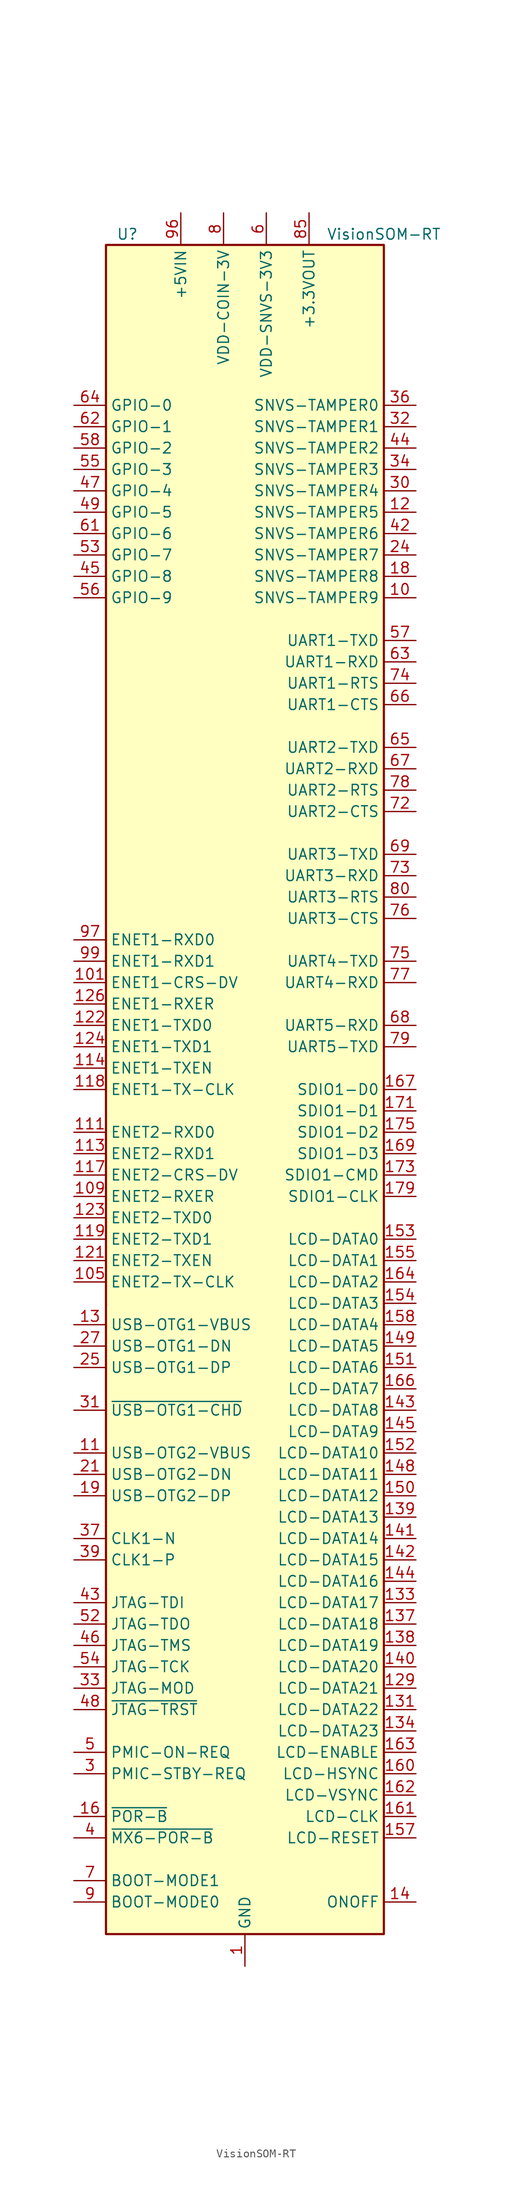
<source format=kicad_sym>
(kicad_symbol_lib
  (version 20211014)
  (generator kicad_symbol_editor)
  (symbol "VisionSOM-RT"
    (property "Reference" "U"
      (at -13.97 101.6 0)
      (effects (font (size 1.27 1.27))))
    (property "Value" "VisionSOM-RT"
      (at 16.51 101.6 0)
      (effects (font (size 1.27 1.27))))
    (symbol "VisionSOM-RT_0_1"
      (rectangle (start -16.51 100.33) (end 16.51 -100.33) (stroke (width 0.254) (type default) (color 0 0 0 0)) (fill (type background))))
    (symbol "VisionSOM-RT_1_1"
      (pin power_in line (at 0 -104.14 90) (length 3.81) (name "GND" (effects (font (size 1.27 1.27)))) (number "1" (effects (font (size 1.27 1.27)))))
      (pin bidirectional line (at 20.32 58.42 180) (length 3.81) (name "SNVS-TAMPER9" (effects (font (size 1.27 1.27)))) (number "10" (effects (font (size 1.27 1.27)))))
      (pin passive line (at -7.62 104.14 270) (length 3.81) hide (name "+5VIN" (effects (font (size 1.27 1.27)))) (number "100" (effects (font (size 1.27 1.27)))))
      (pin bidirectional line (at -20.32 12.7 0) (length 3.81) (name "ENET1-CRS-DV" (effects (font (size 1.27 1.27)))) (number "101" (effects (font (size 1.27 1.27)))))
      (pin passive line (at -7.62 104.14 270) (length 3.81) hide (name "+5VIN" (effects (font (size 1.27 1.27)))) (number "102" (effects (font (size 1.27 1.27)))))
      (pin passive line (at 0 -104.14 90) (length 3.81) hide (name "GND" (effects (font (size 1.27 1.27)))) (number "103" (effects (font (size 1.27 1.27)))))
      (pin passive line (at -7.62 104.14 270) (length 3.81) hide (name "+5VIN" (effects (font (size 1.27 1.27)))) (number "104" (effects (font (size 1.27 1.27)))))
      (pin bidirectional line (at -20.32 -22.86 0) (length 3.81) (name "ENET2-TX-CLK" (effects (font (size 1.27 1.27)))) (number "105" (effects (font (size 1.27 1.27)))))
      (pin passive line (at -7.62 104.14 270) (length 3.81) hide (name "+5VIN" (effects (font (size 1.27 1.27)))) (number "106" (effects (font (size 1.27 1.27)))))
      (pin passive line (at 0 -104.14 90) (length 3.81) hide (name "GND" (effects (font (size 1.27 1.27)))) (number "107" (effects (font (size 1.27 1.27)))))
      (pin passive line (at -7.62 104.14 270) (length 3.81) hide (name "+5VIN" (effects (font (size 1.27 1.27)))) (number "108" (effects (font (size 1.27 1.27)))))
      (pin bidirectional line (at -20.32 -12.7 0) (length 3.81) (name "ENET2-RXER" (effects (font (size 1.27 1.27)))) (number "109" (effects (font (size 1.27 1.27)))))
      (pin input line (at -20.32 -43.18 0) (length 3.81) (name "USB-OTG2-VBUS" (effects (font (size 1.27 1.27)))) (number "11" (effects (font (size 1.27 1.27)))))
      (pin passive line (at -7.62 104.14 270) (length 3.81) hide (name "+5VIN" (effects (font (size 1.27 1.27)))) (number "110" (effects (font (size 1.27 1.27)))))
      (pin bidirectional line (at -20.32 -5.08 0) (length 3.81) (name "ENET2-RXD0" (effects (font (size 1.27 1.27)))) (number "111" (effects (font (size 1.27 1.27)))))
      (pin passive line (at -7.62 104.14 270) (length 3.81) hide (name "+5VIN" (effects (font (size 1.27 1.27)))) (number "112" (effects (font (size 1.27 1.27)))))
      (pin bidirectional line (at -20.32 -7.62 0) (length 3.81) (name "ENET2-RXD1" (effects (font (size 1.27 1.27)))) (number "113" (effects (font (size 1.27 1.27)))))
      (pin bidirectional line (at -20.32 2.54 0) (length 3.81) (name "ENET1-TXEN" (effects (font (size 1.27 1.27)))) (number "114" (effects (font (size 1.27 1.27)))))
      (pin passive line (at 0 -104.14 90) (length 3.81) hide (name "GND" (effects (font (size 1.27 1.27)))) (number "115" (effects (font (size 1.27 1.27)))))
      (pin passive line (at 0 -104.14 90) (length 3.81) hide (name "GND" (effects (font (size 1.27 1.27)))) (number "116" (effects (font (size 1.27 1.27)))))
      (pin bidirectional line (at -20.32 -10.16 0) (length 3.81) (name "ENET2-CRS-DV" (effects (font (size 1.27 1.27)))) (number "117" (effects (font (size 1.27 1.27)))))
      (pin bidirectional line (at -20.32 0 0) (length 3.81) (name "ENET1-TX-CLK" (effects (font (size 1.27 1.27)))) (number "118" (effects (font (size 1.27 1.27)))))
      (pin bidirectional line (at -20.32 -17.78 0) (length 3.81) (name "ENET2-TXD1" (effects (font (size 1.27 1.27)))) (number "119" (effects (font (size 1.27 1.27)))))
      (pin bidirectional line (at 20.32 68.58 180) (length 3.81) (name "SNVS-TAMPER5" (effects (font (size 1.27 1.27)))) (number "12" (effects (font (size 1.27 1.27)))))
      (pin passive line (at 0 -104.14 90) (length 3.81) hide (name "GND" (effects (font (size 1.27 1.27)))) (number "120" (effects (font (size 1.27 1.27)))))
      (pin bidirectional line (at -20.32 -20.32 0) (length 3.81) (name "ENET2-TXEN" (effects (font (size 1.27 1.27)))) (number "121" (effects (font (size 1.27 1.27)))))
      (pin bidirectional line (at -20.32 7.62 0) (length 3.81) (name "ENET1-TXD0" (effects (font (size 1.27 1.27)))) (number "122" (effects (font (size 1.27 1.27)))))
      (pin bidirectional line (at -20.32 -15.24 0) (length 3.81) (name "ENET2-TXD0" (effects (font (size 1.27 1.27)))) (number "123" (effects (font (size 1.27 1.27)))))
      (pin bidirectional line (at -20.32 5.08 0) (length 3.81) (name "ENET1-TXD1" (effects (font (size 1.27 1.27)))) (number "124" (effects (font (size 1.27 1.27)))))
      (pin passive line (at 0 -104.14 90) (length 3.81) hide (name "GND" (effects (font (size 1.27 1.27)))) (number "125" (effects (font (size 1.27 1.27)))))
      (pin bidirectional line (at -20.32 10.16 0) (length 3.81) (name "ENET1-RXER" (effects (font (size 1.27 1.27)))) (number "126" (effects (font (size 1.27 1.27)))))
      (pin passive line (at 0 -104.14 90) (length 3.81) hide (name "GND" (effects (font (size 1.27 1.27)))) (number "127" (effects (font (size 1.27 1.27)))))
      (pin passive line (at 0 -104.14 90) (length 3.81) hide (name "GND" (effects (font (size 1.27 1.27)))) (number "128" (effects (font (size 1.27 1.27)))))
      (pin bidirectional line (at 20.32 -71.12 180) (length 3.81) (name "LCD-DATA21" (effects (font (size 1.27 1.27)))) (number "129" (effects (font (size 1.27 1.27)))))
      (pin input line (at -20.32 -27.94 0) (length 3.81) (name "USB-OTG1-VBUS" (effects (font (size 1.27 1.27)))) (number "13" (effects (font (size 1.27 1.27)))))
      (pin passive line (at 0 -104.14 90) (length 3.81) hide (name "GND" (effects (font (size 1.27 1.27)))) (number "130" (effects (font (size 1.27 1.27)))))
      (pin bidirectional line (at 20.32 -73.66 180) (length 3.81) (name "LCD-DATA22" (effects (font (size 1.27 1.27)))) (number "131" (effects (font (size 1.27 1.27)))))
      (pin passive line (at 0 -104.14 90) (length 3.81) hide (name "GND" (effects (font (size 1.27 1.27)))) (number "132" (effects (font (size 1.27 1.27)))))
      (pin bidirectional line (at 20.32 -60.96 180) (length 3.81) (name "LCD-DATA17" (effects (font (size 1.27 1.27)))) (number "133" (effects (font (size 1.27 1.27)))))
      (pin bidirectional line (at 20.32 -76.2 180) (length 3.81) (name "LCD-DATA23" (effects (font (size 1.27 1.27)))) (number "134" (effects (font (size 1.27 1.27)))))
      (pin passive line (at 0 -104.14 90) (length 3.81) hide (name "GND" (effects (font (size 1.27 1.27)))) (number "135" (effects (font (size 1.27 1.27)))))
      (pin passive line (at 0 -104.14 90) (length 3.81) hide (name "GND" (effects (font (size 1.27 1.27)))) (number "136" (effects (font (size 1.27 1.27)))))
      (pin bidirectional line (at 20.32 -63.5 180) (length 3.81) (name "LCD-DATA18" (effects (font (size 1.27 1.27)))) (number "137" (effects (font (size 1.27 1.27)))))
      (pin bidirectional line (at 20.32 -66.04 180) (length 3.81) (name "LCD-DATA19" (effects (font (size 1.27 1.27)))) (number "138" (effects (font (size 1.27 1.27)))))
      (pin bidirectional line (at 20.32 -50.8 180) (length 3.81) (name "LCD-DATA13" (effects (font (size 1.27 1.27)))) (number "139" (effects (font (size 1.27 1.27)))))
      (pin input line (at 20.32 -96.52 180) (length 3.81) (name "ONOFF" (effects (font (size 1.27 1.27)))) (number "14" (effects (font (size 1.27 1.27)))))
      (pin bidirectional line (at 20.32 -68.58 180) (length 3.81) (name "LCD-DATA20" (effects (font (size 1.27 1.27)))) (number "140" (effects (font (size 1.27 1.27)))))
      (pin bidirectional line (at 20.32 -53.34 180) (length 3.81) (name "LCD-DATA14" (effects (font (size 1.27 1.27)))) (number "141" (effects (font (size 1.27 1.27)))))
      (pin bidirectional line (at 20.32 -55.88 180) (length 3.81) (name "LCD-DATA15" (effects (font (size 1.27 1.27)))) (number "142" (effects (font (size 1.27 1.27)))))
      (pin bidirectional line (at 20.32 -38.1 180) (length 3.81) (name "LCD-DATA8" (effects (font (size 1.27 1.27)))) (number "143" (effects (font (size 1.27 1.27)))))
      (pin bidirectional line (at 20.32 -58.42 180) (length 3.81) (name "LCD-DATA16" (effects (font (size 1.27 1.27)))) (number "144" (effects (font (size 1.27 1.27)))))
      (pin bidirectional line (at 20.32 -40.64 180) (length 3.81) (name "LCD-DATA9" (effects (font (size 1.27 1.27)))) (number "145" (effects (font (size 1.27 1.27)))))
      (pin passive line (at 0 -104.14 90) (length 3.81) hide (name "GND" (effects (font (size 1.27 1.27)))) (number "146" (effects (font (size 1.27 1.27)))))
      (pin passive line (at 0 -104.14 90) (length 3.81) hide (name "GND" (effects (font (size 1.27 1.27)))) (number "147" (effects (font (size 1.27 1.27)))))
      (pin bidirectional line (at 20.32 -45.72 180) (length 3.81) (name "LCD-DATA11" (effects (font (size 1.27 1.27)))) (number "148" (effects (font (size 1.27 1.27)))))
      (pin bidirectional line (at 20.32 -30.48 180) (length 3.81) (name "LCD-DATA5" (effects (font (size 1.27 1.27)))) (number "149" (effects (font (size 1.27 1.27)))))
      (pin passive line (at 0 -104.14 90) (length 3.81) hide (name "GND" (effects (font (size 1.27 1.27)))) (number "15" (effects (font (size 1.27 1.27)))))
      (pin bidirectional line (at 20.32 -48.26 180) (length 3.81) (name "LCD-DATA12" (effects (font (size 1.27 1.27)))) (number "150" (effects (font (size 1.27 1.27)))))
      (pin bidirectional line (at 20.32 -33.02 180) (length 3.81) (name "LCD-DATA6" (effects (font (size 1.27 1.27)))) (number "151" (effects (font (size 1.27 1.27)))))
      (pin bidirectional line (at 20.32 -43.18 180) (length 3.81) (name "LCD-DATA10" (effects (font (size 1.27 1.27)))) (number "152" (effects (font (size 1.27 1.27)))))
      (pin bidirectional line (at 20.32 -17.78 180) (length 3.81) (name "LCD-DATA0" (effects (font (size 1.27 1.27)))) (number "153" (effects (font (size 1.27 1.27)))))
      (pin bidirectional line (at 20.32 -25.4 180) (length 3.81) (name "LCD-DATA3" (effects (font (size 1.27 1.27)))) (number "154" (effects (font (size 1.27 1.27)))))
      (pin bidirectional line (at 20.32 -20.32 180) (length 3.81) (name "LCD-DATA1" (effects (font (size 1.27 1.27)))) (number "155" (effects (font (size 1.27 1.27)))))
      (pin passive line (at 0 -104.14 90) (length 3.81) hide (name "GND" (effects (font (size 1.27 1.27)))) (number "156" (effects (font (size 1.27 1.27)))))
      (pin bidirectional line (at 20.32 -88.9 180) (length 3.81) (name "LCD-RESET" (effects (font (size 1.27 1.27)))) (number "157" (effects (font (size 1.27 1.27)))))
      (pin bidirectional line (at 20.32 -27.94 180) (length 3.81) (name "LCD-DATA4" (effects (font (size 1.27 1.27)))) (number "158" (effects (font (size 1.27 1.27)))))
      (pin passive line (at 0 -104.14 90) (length 3.81) hide (name "GND" (effects (font (size 1.27 1.27)))) (number "159" (effects (font (size 1.27 1.27)))))
      (pin input line (at -20.32 -86.36 0) (length 3.81) (name "~{POR-B}" (effects (font (size 1.27 1.27)))) (number "16" (effects (font (size 1.27 1.27)))))
      (pin bidirectional line (at 20.32 -81.28 180) (length 3.81) (name "LCD-HSYNC" (effects (font (size 1.27 1.27)))) (number "160" (effects (font (size 1.27 1.27)))))
      (pin bidirectional line (at 20.32 -86.36 180) (length 3.81) (name "LCD-CLK" (effects (font (size 1.27 1.27)))) (number "161" (effects (font (size 1.27 1.27)))))
      (pin bidirectional line (at 20.32 -83.82 180) (length 3.81) (name "LCD-VSYNC" (effects (font (size 1.27 1.27)))) (number "162" (effects (font (size 1.27 1.27)))))
      (pin bidirectional line (at 20.32 -78.74 180) (length 3.81) (name "LCD-ENABLE" (effects (font (size 1.27 1.27)))) (number "163" (effects (font (size 1.27 1.27)))))
      (pin bidirectional line (at 20.32 -22.86 180) (length 3.81) (name "LCD-DATA2" (effects (font (size 1.27 1.27)))) (number "164" (effects (font (size 1.27 1.27)))))
      (pin passive line (at 0 -104.14 90) (length 3.81) hide (name "GND" (effects (font (size 1.27 1.27)))) (number "165" (effects (font (size 1.27 1.27)))))
      (pin bidirectional line (at 20.32 -35.56 180) (length 3.81) (name "LCD-DATA7" (effects (font (size 1.27 1.27)))) (number "166" (effects (font (size 1.27 1.27)))))
      (pin bidirectional line (at 20.32 0 180) (length 3.81) (name "SDIO1-D0" (effects (font (size 1.27 1.27)))) (number "167" (effects (font (size 1.27 1.27)))))
      (pin passive line (at 0 -104.14 90) (length 3.81) hide (name "GND" (effects (font (size 1.27 1.27)))) (number "168" (effects (font (size 1.27 1.27)))))
      (pin bidirectional line (at 20.32 -7.62 180) (length 3.81) (name "SDIO1-D3" (effects (font (size 1.27 1.27)))) (number "169" (effects (font (size 1.27 1.27)))))
      (pin passive line (at 0 -104.14 90) (length 3.81) hide (name "GND" (effects (font (size 1.27 1.27)))) (number "17" (effects (font (size 1.27 1.27)))))
      (pin passive line (at 0 -104.14 90) (length 3.81) hide (name "GND" (effects (font (size 1.27 1.27)))) (number "170" (effects (font (size 1.27 1.27)))))
      (pin bidirectional line (at 20.32 -2.54 180) (length 3.81) (name "SDIO1-D1" (effects (font (size 1.27 1.27)))) (number "171" (effects (font (size 1.27 1.27)))))
      (pin passive line (at 0 -104.14 90) (length 3.81) hide (name "GND" (effects (font (size 1.27 1.27)))) (number "172" (effects (font (size 1.27 1.27)))))
      (pin bidirectional line (at 20.32 -10.16 180) (length 3.81) (name "SDIO1-CMD" (effects (font (size 1.27 1.27)))) (number "173" (effects (font (size 1.27 1.27)))))
      (pin passive line (at 0 -104.14 90) (length 3.81) hide (name "GND" (effects (font (size 1.27 1.27)))) (number "174" (effects (font (size 1.27 1.27)))))
      (pin bidirectional line (at 20.32 -5.08 180) (length 3.81) (name "SDIO1-D2" (effects (font (size 1.27 1.27)))) (number "175" (effects (font (size 1.27 1.27)))))
      (pin no_connect line (at -5.08 -99.06 90) (length 3.81) hide (name "NC" (effects (font (size 1.27 1.27)))) (number "176" (effects (font (size 1.27 1.27)))))
      (pin passive line (at 0 -104.14 90) (length 3.81) hide (name "GND" (effects (font (size 1.27 1.27)))) (number "177" (effects (font (size 1.27 1.27)))))
      (pin no_connect line (at -2.54 -99.06 90) (length 3.81) hide (name "NC" (effects (font (size 1.27 1.27)))) (number "178" (effects (font (size 1.27 1.27)))))
      (pin bidirectional line (at 20.32 -12.7 180) (length 3.81) (name "SDIO1-CLK" (effects (font (size 1.27 1.27)))) (number "179" (effects (font (size 1.27 1.27)))))
      (pin bidirectional line (at 20.32 60.96 180) (length 3.81) (name "SNVS-TAMPER8" (effects (font (size 1.27 1.27)))) (number "18" (effects (font (size 1.27 1.27)))))
      (pin no_connect line (at 2.54 -99.06 90) (length 3.81) hide (name "NC" (effects (font (size 1.27 1.27)))) (number "180" (effects (font (size 1.27 1.27)))))
      (pin passive line (at 0 -104.14 90) (length 3.81) hide (name "GND" (effects (font (size 1.27 1.27)))) (number "181" (effects (font (size 1.27 1.27)))))
      (pin no_connect line (at 5.08 -99.06 90) (length 3.81) hide (name "NC" (effects (font (size 1.27 1.27)))) (number "182" (effects (font (size 1.27 1.27)))))
      (pin no_connect line (at -15.24 22.86 0) (length 3.81) hide (name "NC" (effects (font (size 1.27 1.27)))) (number "183" (effects (font (size 1.27 1.27)))))
      (pin passive line (at 0 -104.14 90) (length 3.81) hide (name "GND" (effects (font (size 1.27 1.27)))) (number "184" (effects (font (size 1.27 1.27)))))
      (pin passive line (at 0 -104.14 90) (length 3.81) hide (name "GND" (effects (font (size 1.27 1.27)))) (number "185" (effects (font (size 1.27 1.27)))))
      (pin no_connect line (at -15.24 35.56 0) (length 3.81) hide (name "NC" (effects (font (size 1.27 1.27)))) (number "186" (effects (font (size 1.27 1.27)))))
      (pin no_connect line (at -15.24 25.4 0) (length 3.81) hide (name "NC" (effects (font (size 1.27 1.27)))) (number "187" (effects (font (size 1.27 1.27)))))
      (pin no_connect line (at -15.24 33.02 0) (length 3.81) hide (name "NC" (effects (font (size 1.27 1.27)))) (number "188" (effects (font (size 1.27 1.27)))))
      (pin passive line (at 0 -104.14 90) (length 3.81) hide (name "GND" (effects (font (size 1.27 1.27)))) (number "189" (effects (font (size 1.27 1.27)))))
      (pin bidirectional line (at -20.32 -48.26 0) (length 3.81) (name "USB-OTG2-DP" (effects (font (size 1.27 1.27)))) (number "19" (effects (font (size 1.27 1.27)))))
      (pin no_connect line (at -15.24 38.1 0) (length 3.81) hide (name "NC" (effects (font (size 1.27 1.27)))) (number "190" (effects (font (size 1.27 1.27)))))
      (pin no_connect line (at -15.24 40.64 0) (length 3.81) hide (name "NC" (effects (font (size 1.27 1.27)))) (number "191" (effects (font (size 1.27 1.27)))))
      (pin no_connect line (at -15.24 43.18 0) (length 3.81) hide (name "NC" (effects (font (size 1.27 1.27)))) (number "192" (effects (font (size 1.27 1.27)))))
      (pin no_connect line (at -15.24 48.26 0) (length 3.81) hide (name "NC" (effects (font (size 1.27 1.27)))) (number "193" (effects (font (size 1.27 1.27)))))
      (pin no_connect line (at -15.24 45.72 0) (length 3.81) hide (name "NC" (effects (font (size 1.27 1.27)))) (number "194" (effects (font (size 1.27 1.27)))))
      (pin no_connect line (at -15.24 50.8 0) (length 3.81) hide (name "NC" (effects (font (size 1.27 1.27)))) (number "195" (effects (font (size 1.27 1.27)))))
      (pin no_connect line (at -15.24 53.34 0) (length 3.81) hide (name "NC" (effects (font (size 1.27 1.27)))) (number "196" (effects (font (size 1.27 1.27)))))
      (pin no_connect line (at -15.24 30.48 0) (length 3.81) hide (name "NC" (effects (font (size 1.27 1.27)))) (number "197" (effects (font (size 1.27 1.27)))))
      (pin no_connect line (at -15.24 27.94 0) (length 3.81) hide (name "NC" (effects (font (size 1.27 1.27)))) (number "198" (effects (font (size 1.27 1.27)))))
      (pin passive line (at 0 -104.14 90) (length 3.81) hide (name "GND" (effects (font (size 1.27 1.27)))) (number "199" (effects (font (size 1.27 1.27)))))
      (pin passive line (at 0 -104.14 90) (length 3.81) hide (name "GND" (effects (font (size 1.27 1.27)))) (number "2" (effects (font (size 1.27 1.27)))))
      (pin passive line (at 0 -104.14 90) (length 3.81) hide (name "GND" (effects (font (size 1.27 1.27)))) (number "20" (effects (font (size 1.27 1.27)))))
      (pin passive line (at 0 -104.14 90) (length 3.81) hide (name "GND" (effects (font (size 1.27 1.27)))) (number "200" (effects (font (size 1.27 1.27)))))
      (pin bidirectional line (at -20.32 -45.72 0) (length 3.81) (name "USB-OTG2-DN" (effects (font (size 1.27 1.27)))) (number "21" (effects (font (size 1.27 1.27)))))
      (pin passive line (at 0 -104.14 90) (length 3.81) hide (name "GND" (effects (font (size 1.27 1.27)))) (number "22" (effects (font (size 1.27 1.27)))))
      (pin passive line (at 0 -104.14 90) (length 3.81) hide (name "GND" (effects (font (size 1.27 1.27)))) (number "23" (effects (font (size 1.27 1.27)))))
      (pin bidirectional line (at 20.32 63.5 180) (length 3.81) (name "SNVS-TAMPER7" (effects (font (size 1.27 1.27)))) (number "24" (effects (font (size 1.27 1.27)))))
      (pin bidirectional line (at -20.32 -33.02 0) (length 3.81) (name "USB-OTG1-DP" (effects (font (size 1.27 1.27)))) (number "25" (effects (font (size 1.27 1.27)))))
      (pin passive line (at 0 -104.14 90) (length 3.81) hide (name "GND" (effects (font (size 1.27 1.27)))) (number "26" (effects (font (size 1.27 1.27)))))
      (pin bidirectional line (at -20.32 -30.48 0) (length 3.81) (name "USB-OTG1-DN" (effects (font (size 1.27 1.27)))) (number "27" (effects (font (size 1.27 1.27)))))
      (pin passive line (at 0 -104.14 90) (length 3.81) hide (name "GND" (effects (font (size 1.27 1.27)))) (number "28" (effects (font (size 1.27 1.27)))))
      (pin passive line (at 0 -104.14 90) (length 3.81) hide (name "GND" (effects (font (size 1.27 1.27)))) (number "29" (effects (font (size 1.27 1.27)))))
      (pin output line (at -20.32 -81.28 0) (length 3.81) (name "PMIC-STBY-REQ" (effects (font (size 1.27 1.27)))) (number "3" (effects (font (size 1.27 1.27)))))
      (pin bidirectional line (at 20.32 71.12 180) (length 3.81) (name "SNVS-TAMPER4" (effects (font (size 1.27 1.27)))) (number "30" (effects (font (size 1.27 1.27)))))
      (pin open_collector line (at -20.32 -38.1 0) (length 3.81) (name "~{USB-OTG1-CHD}" (effects (font (size 1.27 1.27)))) (number "31" (effects (font (size 1.27 1.27)))))
      (pin bidirectional line (at 20.32 78.74 180) (length 3.81) (name "SNVS-TAMPER1" (effects (font (size 1.27 1.27)))) (number "32" (effects (font (size 1.27 1.27)))))
      (pin bidirectional line (at -20.32 -71.12 0) (length 3.81) (name "JTAG-MOD" (effects (font (size 1.27 1.27)))) (number "33" (effects (font (size 1.27 1.27)))))
      (pin bidirectional line (at 20.32 73.66 180) (length 3.81) (name "SNVS-TAMPER3" (effects (font (size 1.27 1.27)))) (number "34" (effects (font (size 1.27 1.27)))))
      (pin passive line (at 0 -104.14 90) (length 3.81) hide (name "GND" (effects (font (size 1.27 1.27)))) (number "35" (effects (font (size 1.27 1.27)))))
      (pin bidirectional line (at 20.32 81.28 180) (length 3.81) (name "SNVS-TAMPER0" (effects (font (size 1.27 1.27)))) (number "36" (effects (font (size 1.27 1.27)))))
      (pin bidirectional line (at -20.32 -53.34 0) (length 3.81) (name "CLK1-N" (effects (font (size 1.27 1.27)))) (number "37" (effects (font (size 1.27 1.27)))))
      (pin passive line (at 0 -104.14 90) (length 3.81) hide (name "GND" (effects (font (size 1.27 1.27)))) (number "38" (effects (font (size 1.27 1.27)))))
      (pin bidirectional line (at -20.32 -55.88 0) (length 3.81) (name "CLK1-P" (effects (font (size 1.27 1.27)))) (number "39" (effects (font (size 1.27 1.27)))))
      (pin input line (at -20.32 -88.9 0) (length 3.81) (name "~{MX6-POR-B}" (effects (font (size 1.27 1.27)))) (number "4" (effects (font (size 1.27 1.27)))))
      (pin passive line (at 0 -104.14 90) (length 3.81) hide (name "GND" (effects (font (size 1.27 1.27)))) (number "40" (effects (font (size 1.27 1.27)))))
      (pin passive line (at 0 -104.14 90) (length 3.81) hide (name "GND" (effects (font (size 1.27 1.27)))) (number "41" (effects (font (size 1.27 1.27)))))
      (pin bidirectional line (at 20.32 66.04 180) (length 3.81) (name "SNVS-TAMPER6" (effects (font (size 1.27 1.27)))) (number "42" (effects (font (size 1.27 1.27)))))
      (pin bidirectional line (at -20.32 -60.96 0) (length 3.81) (name "JTAG-TDI" (effects (font (size 1.27 1.27)))) (number "43" (effects (font (size 1.27 1.27)))))
      (pin bidirectional line (at 20.32 76.2 180) (length 3.81) (name "SNVS-TAMPER2" (effects (font (size 1.27 1.27)))) (number "44" (effects (font (size 1.27 1.27)))))
      (pin bidirectional line (at -20.32 60.96 0) (length 3.81) (name "GPIO-8" (effects (font (size 1.27 1.27)))) (number "45" (effects (font (size 1.27 1.27)))))
      (pin bidirectional line (at -20.32 -66.04 0) (length 3.81) (name "JTAG-TMS" (effects (font (size 1.27 1.27)))) (number "46" (effects (font (size 1.27 1.27)))))
      (pin bidirectional line (at -20.32 71.12 0) (length 3.81) (name "GPIO-4" (effects (font (size 1.27 1.27)))) (number "47" (effects (font (size 1.27 1.27)))))
      (pin bidirectional line (at -20.32 -73.66 0) (length 3.81) (name "~{JTAG-TRST}" (effects (font (size 1.27 1.27)))) (number "48" (effects (font (size 1.27 1.27)))))
      (pin bidirectional line (at -20.32 68.58 0) (length 3.81) (name "GPIO-5" (effects (font (size 1.27 1.27)))) (number "49" (effects (font (size 1.27 1.27)))))
      (pin output line (at -20.32 -78.74 0) (length 3.81) (name "PMIC-ON-REQ" (effects (font (size 1.27 1.27)))) (number "5" (effects (font (size 1.27 1.27)))))
      (pin passive line (at 0 -104.14 90) (length 3.81) hide (name "GND" (effects (font (size 1.27 1.27)))) (number "50" (effects (font (size 1.27 1.27)))))
      (pin passive line (at 0 -104.14 90) (length 3.81) hide (name "GND" (effects (font (size 1.27 1.27)))) (number "51" (effects (font (size 1.27 1.27)))))
      (pin bidirectional line (at -20.32 -63.5 0) (length 3.81) (name "JTAG-TDO" (effects (font (size 1.27 1.27)))) (number "52" (effects (font (size 1.27 1.27)))))
      (pin bidirectional line (at -20.32 63.5 0) (length 3.81) (name "GPIO-7" (effects (font (size 1.27 1.27)))) (number "53" (effects (font (size 1.27 1.27)))))
      (pin bidirectional line (at -20.32 -68.58 0) (length 3.81) (name "JTAG-TCK" (effects (font (size 1.27 1.27)))) (number "54" (effects (font (size 1.27 1.27)))))
      (pin bidirectional line (at -20.32 73.66 0) (length 3.81) (name "GPIO-3" (effects (font (size 1.27 1.27)))) (number "55" (effects (font (size 1.27 1.27)))))
      (pin bidirectional line (at -20.32 58.42 0) (length 3.81) (name "GPIO-9" (effects (font (size 1.27 1.27)))) (number "56" (effects (font (size 1.27 1.27)))))
      (pin bidirectional line (at 20.32 53.34 180) (length 3.81) (name "UART1-TXD" (effects (font (size 1.27 1.27)))) (number "57" (effects (font (size 1.27 1.27)))))
      (pin bidirectional line (at -20.32 76.2 0) (length 3.81) (name "GPIO-2" (effects (font (size 1.27 1.27)))) (number "58" (effects (font (size 1.27 1.27)))))
      (pin passive line (at 0 -104.14 90) (length 3.81) hide (name "GND" (effects (font (size 1.27 1.27)))) (number "59" (effects (font (size 1.27 1.27)))))
      (pin power_in line (at 2.54 104.14 270) (length 3.81) (name "VDD-SNVS-3V3" (effects (font (size 1.27 1.27)))) (number "6" (effects (font (size 1.27 1.27)))))
      (pin passive line (at 0 -104.14 90) (length 3.81) hide (name "GND" (effects (font (size 1.27 1.27)))) (number "60" (effects (font (size 1.27 1.27)))))
      (pin bidirectional line (at -20.32 66.04 0) (length 3.81) (name "GPIO-6" (effects (font (size 1.27 1.27)))) (number "61" (effects (font (size 1.27 1.27)))))
      (pin bidirectional line (at -20.32 78.74 0) (length 3.81) (name "GPIO-1" (effects (font (size 1.27 1.27)))) (number "62" (effects (font (size 1.27 1.27)))))
      (pin bidirectional line (at 20.32 50.8 180) (length 3.81) (name "UART1-RXD" (effects (font (size 1.27 1.27)))) (number "63" (effects (font (size 1.27 1.27)))))
      (pin bidirectional line (at -20.32 81.28 0) (length 3.81) (name "GPIO-0" (effects (font (size 1.27 1.27)))) (number "64" (effects (font (size 1.27 1.27)))))
      (pin bidirectional line (at 20.32 40.64 180) (length 3.81) (name "UART2-TXD" (effects (font (size 1.27 1.27)))) (number "65" (effects (font (size 1.27 1.27)))))
      (pin bidirectional line (at 20.32 45.72 180) (length 3.81) (name "UART1-CTS" (effects (font (size 1.27 1.27)))) (number "66" (effects (font (size 1.27 1.27)))))
      (pin bidirectional line (at 20.32 38.1 180) (length 3.81) (name "UART2-RXD" (effects (font (size 1.27 1.27)))) (number "67" (effects (font (size 1.27 1.27)))))
      (pin bidirectional line (at 20.32 7.62 180) (length 3.81) (name "UART5-RXD" (effects (font (size 1.27 1.27)))) (number "68" (effects (font (size 1.27 1.27)))))
      (pin bidirectional line (at 20.32 27.94 180) (length 3.81) (name "UART3-TXD" (effects (font (size 1.27 1.27)))) (number "69" (effects (font (size 1.27 1.27)))))
      (pin input line (at -20.32 -93.98 0) (length 3.81) (name "BOOT-MODE1" (effects (font (size 1.27 1.27)))) (number "7" (effects (font (size 1.27 1.27)))))
      (pin passive line (at 0 -104.14 90) (length 3.81) hide (name "GND" (effects (font (size 1.27 1.27)))) (number "70" (effects (font (size 1.27 1.27)))))
      (pin passive line (at 0 -104.14 90) (length 3.81) hide (name "GND" (effects (font (size 1.27 1.27)))) (number "71" (effects (font (size 1.27 1.27)))))
      (pin bidirectional line (at 20.32 33.02 180) (length 3.81) (name "UART2-CTS" (effects (font (size 1.27 1.27)))) (number "72" (effects (font (size 1.27 1.27)))))
      (pin bidirectional line (at 20.32 25.4 180) (length 3.81) (name "UART3-RXD" (effects (font (size 1.27 1.27)))) (number "73" (effects (font (size 1.27 1.27)))))
      (pin bidirectional line (at 20.32 48.26 180) (length 3.81) (name "UART1-RTS" (effects (font (size 1.27 1.27)))) (number "74" (effects (font (size 1.27 1.27)))))
      (pin bidirectional line (at 20.32 15.24 180) (length 3.81) (name "UART4-TXD" (effects (font (size 1.27 1.27)))) (number "75" (effects (font (size 1.27 1.27)))))
      (pin bidirectional line (at 20.32 20.32 180) (length 3.81) (name "UART3-CTS" (effects (font (size 1.27 1.27)))) (number "76" (effects (font (size 1.27 1.27)))))
      (pin bidirectional line (at 20.32 12.7 180) (length 3.81) (name "UART4-RXD" (effects (font (size 1.27 1.27)))) (number "77" (effects (font (size 1.27 1.27)))))
      (pin bidirectional line (at 20.32 35.56 180) (length 3.81) (name "UART2-RTS" (effects (font (size 1.27 1.27)))) (number "78" (effects (font (size 1.27 1.27)))))
      (pin bidirectional line (at 20.32 5.08 180) (length 3.81) (name "UART5-TXD" (effects (font (size 1.27 1.27)))) (number "79" (effects (font (size 1.27 1.27)))))
      (pin power_in line (at -2.54 104.14 270) (length 3.81) (name "VDD-COIN-3V" (effects (font (size 1.27 1.27)))) (number "8" (effects (font (size 1.27 1.27)))))
      (pin bidirectional line (at 20.32 22.86 180) (length 3.81) (name "UART3-RTS" (effects (font (size 1.27 1.27)))) (number "80" (effects (font (size 1.27 1.27)))))
      (pin passive line (at 0 -104.14 90) (length 3.81) hide (name "GND" (effects (font (size 1.27 1.27)))) (number "81" (effects (font (size 1.27 1.27)))))
      (pin passive line (at 0 -104.14 90) (length 3.81) hide (name "GND" (effects (font (size 1.27 1.27)))) (number "82" (effects (font (size 1.27 1.27)))))
      (pin no_connect line (at 15.24 -93.98 180) (length 3.81) hide (name "NC" (effects (font (size 1.27 1.27)))) (number "83" (effects (font (size 1.27 1.27)))))
      (pin passive line (at 0 -104.14 90) (length 3.81) hide (name "GND" (effects (font (size 1.27 1.27)))) (number "84" (effects (font (size 1.27 1.27)))))
      (pin power_out line (at 7.62 104.14 270) (length 3.81) (name "+3.3VOUT" (effects (font (size 1.27 1.27)))) (number "85" (effects (font (size 1.27 1.27)))))
      (pin passive line (at 7.62 104.14 270) (length 3.81) hide (name "+3.3VOUT" (effects (font (size 1.27 1.27)))) (number "87" (effects (font (size 1.27 1.27)))))
      (pin passive line (at 7.62 104.14 270) (length 3.81) hide (name "+3.3VOUT" (effects (font (size 1.27 1.27)))) (number "88" (effects (font (size 1.27 1.27)))))
      (pin passive line (at 7.62 104.14 270) (length 3.81) hide (name "+3.3VOUT" (effects (font (size 1.27 1.27)))) (number "89" (effects (font (size 1.27 1.27)))))
      (pin input line (at -20.32 -96.52 0) (length 3.81) (name "BOOT-MODE0" (effects (font (size 1.27 1.27)))) (number "9" (effects (font (size 1.27 1.27)))))
      (pin passive line (at 7.62 104.14 270) (length 3.81) hide (name "+3.3VOUT" (effects (font (size 1.27 1.27)))) (number "90" (effects (font (size 1.27 1.27)))))
      (pin passive line (at 7.62 104.14 270) (length 3.81) hide (name "+3.3VOUT" (effects (font (size 1.27 1.27)))) (number "91" (effects (font (size 1.27 1.27)))))
      (pin passive line (at 7.62 104.14 270) (length 3.81) hide (name "+3.3VOUT" (effects (font (size 1.27 1.27)))) (number "92" (effects (font (size 1.27 1.27)))))
      (pin passive line (at 7.62 104.14 270) (length 3.81) hide (name "+3.3VOUT" (effects (font (size 1.27 1.27)))) (number "93" (effects (font (size 1.27 1.27)))))
      (pin power_in line (at -7.62 104.14 270) (length 3.81) (name "+5VIN" (effects (font (size 1.27 1.27)))) (number "96" (effects (font (size 1.27 1.27)))))
      (pin bidirectional line (at -20.32 17.78 0) (length 3.81) (name "ENET1-RXD0" (effects (font (size 1.27 1.27)))) (number "97" (effects (font (size 1.27 1.27)))))
      (pin passive line (at -7.62 104.14 270) (length 3.81) hide (name "+5VIN" (effects (font (size 1.27 1.27)))) (number "98" (effects (font (size 1.27 1.27)))))
      (pin bidirectional line (at -20.32 15.24 0) (length 3.81) (name "ENET1-RXD1" (effects (font (size 1.27 1.27)))) (number "99" (effects (font (size 1.27 1.27))))))))
</source>
